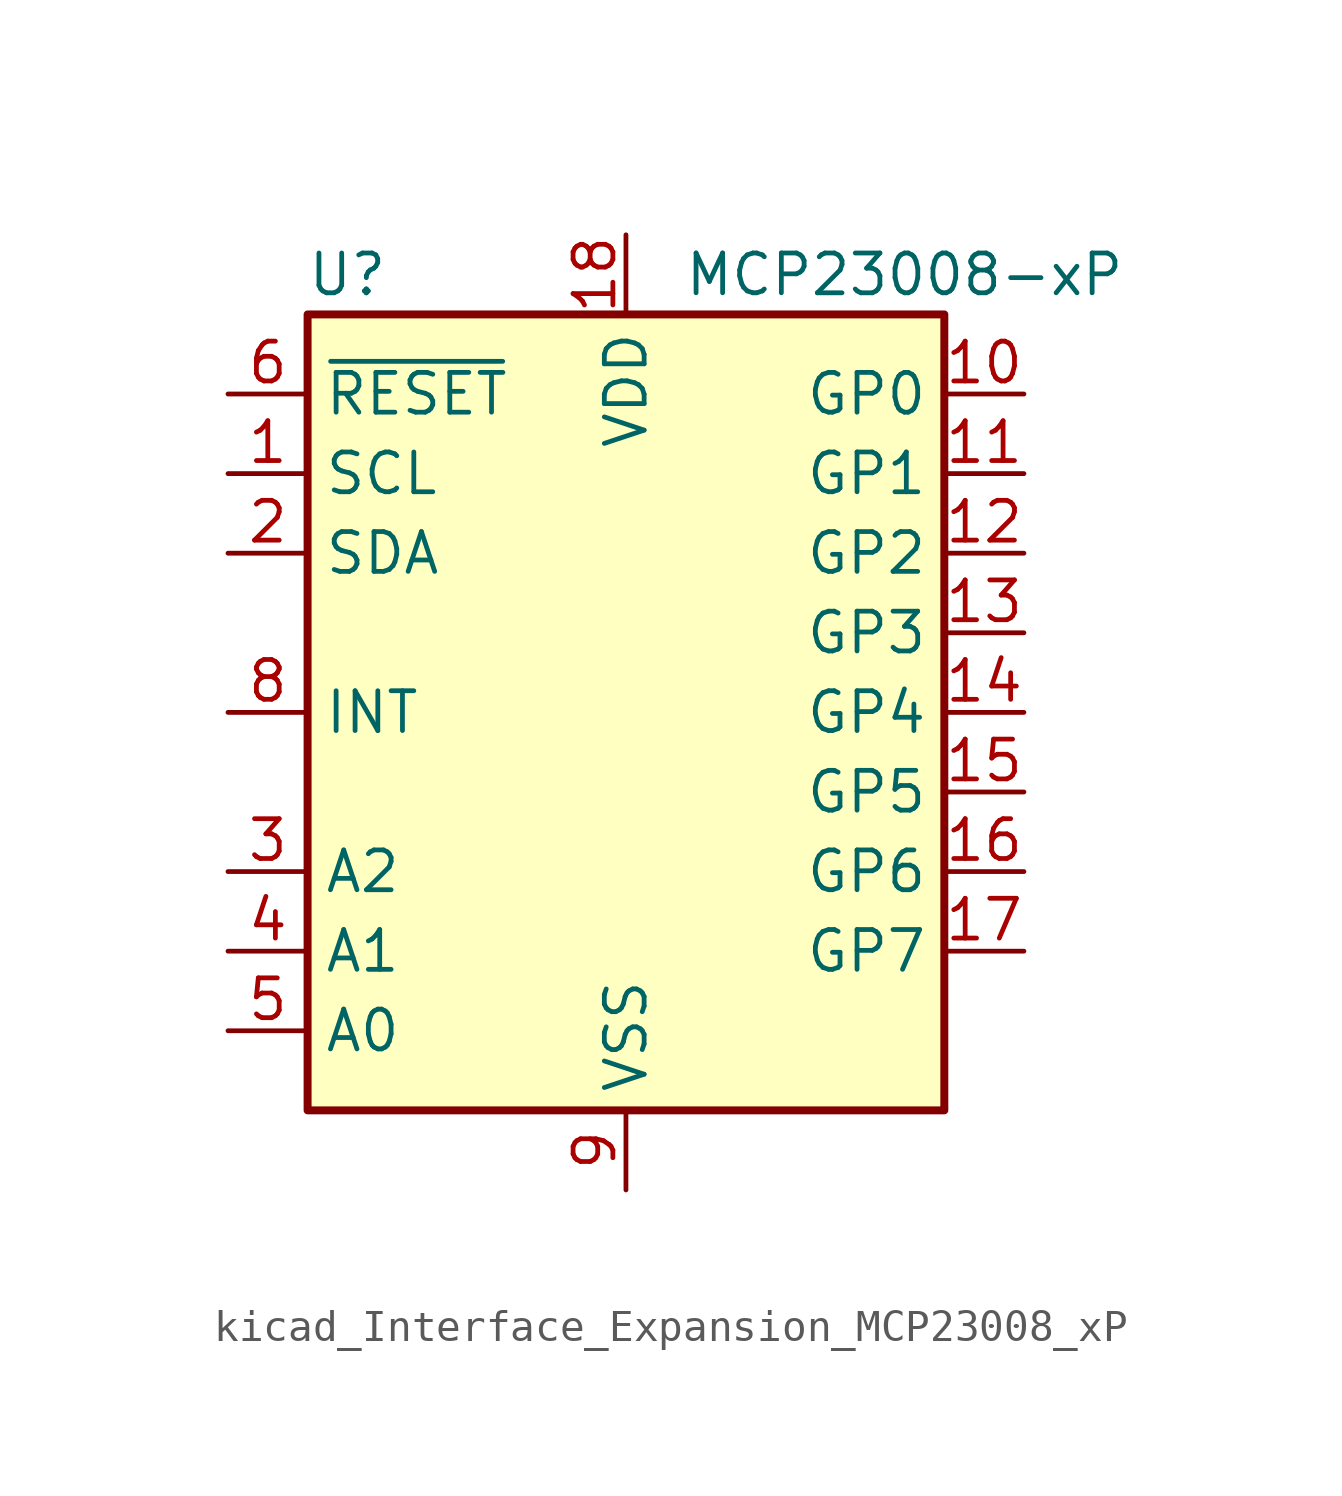
<source format=kicad_sym>
(kicad_symbol_lib
  (version 20220914)
  (generator kicad_symbol_editor)
  (symbol "kicad_Interface_Expansion_MCP23008_xP"
    (property "Reference" "U"
      (at -8.89 13.97 0)
      (effects (font (size 1.27 1.27))))
    (property "Value" "MCP23008-xP"
      (at 8.89 13.97 0)
      (effects (font (size 1.27 1.27))))
    (symbol "kicad_Interface_Expansion_MCP23008_xP_0_1"
      (rectangle (start -10.16 12.7) (end 10.16 -12.7) (stroke (width 0.254) (type default)) (fill (type background))))
    (symbol "kicad_Interface_Expansion_MCP23008_xP_1_1"
      (pin input line (at -12.7 7.62 0) (length 2.54) (name "SCL" (effects (font (size 1.27 1.27)))) (number "1" (effects (font (size 1.27 1.27)))))
      (pin bidirectional line (at 12.7 10.16 180) (length 2.54) (name "GP0" (effects (font (size 1.27 1.27)))) (number "10" (effects (font (size 1.27 1.27)))))
      (pin bidirectional line (at 12.7 7.62 180) (length 2.54) (name "GP1" (effects (font (size 1.27 1.27)))) (number "11" (effects (font (size 1.27 1.27)))))
      (pin bidirectional line (at 12.7 5.08 180) (length 2.54) (name "GP2" (effects (font (size 1.27 1.27)))) (number "12" (effects (font (size 1.27 1.27)))))
      (pin bidirectional line (at 12.7 2.54 180) (length 2.54) (name "GP3" (effects (font (size 1.27 1.27)))) (number "13" (effects (font (size 1.27 1.27)))))
      (pin bidirectional line (at 12.7 0 180) (length 2.54) (name "GP4" (effects (font (size 1.27 1.27)))) (number "14" (effects (font (size 1.27 1.27)))))
      (pin bidirectional line (at 12.7 -2.54 180) (length 2.54) (name "GP5" (effects (font (size 1.27 1.27)))) (number "15" (effects (font (size 1.27 1.27)))))
      (pin bidirectional line (at 12.7 -5.08 180) (length 2.54) (name "GP6" (effects (font (size 1.27 1.27)))) (number "16" (effects (font (size 1.27 1.27)))))
      (pin bidirectional line (at 12.7 -7.62 180) (length 2.54) (name "GP7" (effects (font (size 1.27 1.27)))) (number "17" (effects (font (size 1.27 1.27)))))
      (pin power_in line (at 0 15.24 270) (length 2.54) (name "VDD" (effects (font (size 1.27 1.27)))) (number "18" (effects (font (size 1.27 1.27)))))
      (pin bidirectional line (at -12.7 5.08 0) (length 2.54) (name "SDA" (effects (font (size 1.27 1.27)))) (number "2" (effects (font (size 1.27 1.27)))))
      (pin input line (at -12.7 -5.08 0) (length 2.54) (name "A2" (effects (font (size 1.27 1.27)))) (number "3" (effects (font (size 1.27 1.27)))))
      (pin input line (at -12.7 -7.62 0) (length 2.54) (name "A1" (effects (font (size 1.27 1.27)))) (number "4" (effects (font (size 1.27 1.27)))))
      (pin input line (at -12.7 -10.16 0) (length 2.54) (name "A0" (effects (font (size 1.27 1.27)))) (number "5" (effects (font (size 1.27 1.27)))))
      (pin input line (at -12.7 10.16 0) (length 2.54) (name "~{RESET}" (effects (font (size 1.27 1.27)))) (number "6" (effects (font (size 1.27 1.27)))))
      (pin no_connect line (at -10.16 -2.54 0) (length 2.54) hide (name "NC" (effects (font (size 1.27 1.27)))) (number "7" (effects (font (size 1.27 1.27)))))
      (pin output line (at -12.7 0 0) (length 2.54) (name "INT" (effects (font (size 1.27 1.27)))) (number "8" (effects (font (size 1.27 1.27)))) (alternate "INT" open_collector line))
      (pin power_in line (at 0 -15.24 90) (length 2.54) (name "VSS" (effects (font (size 1.27 1.27)))) (number "9" (effects (font (size 1.27 1.27))))))))
</source>
